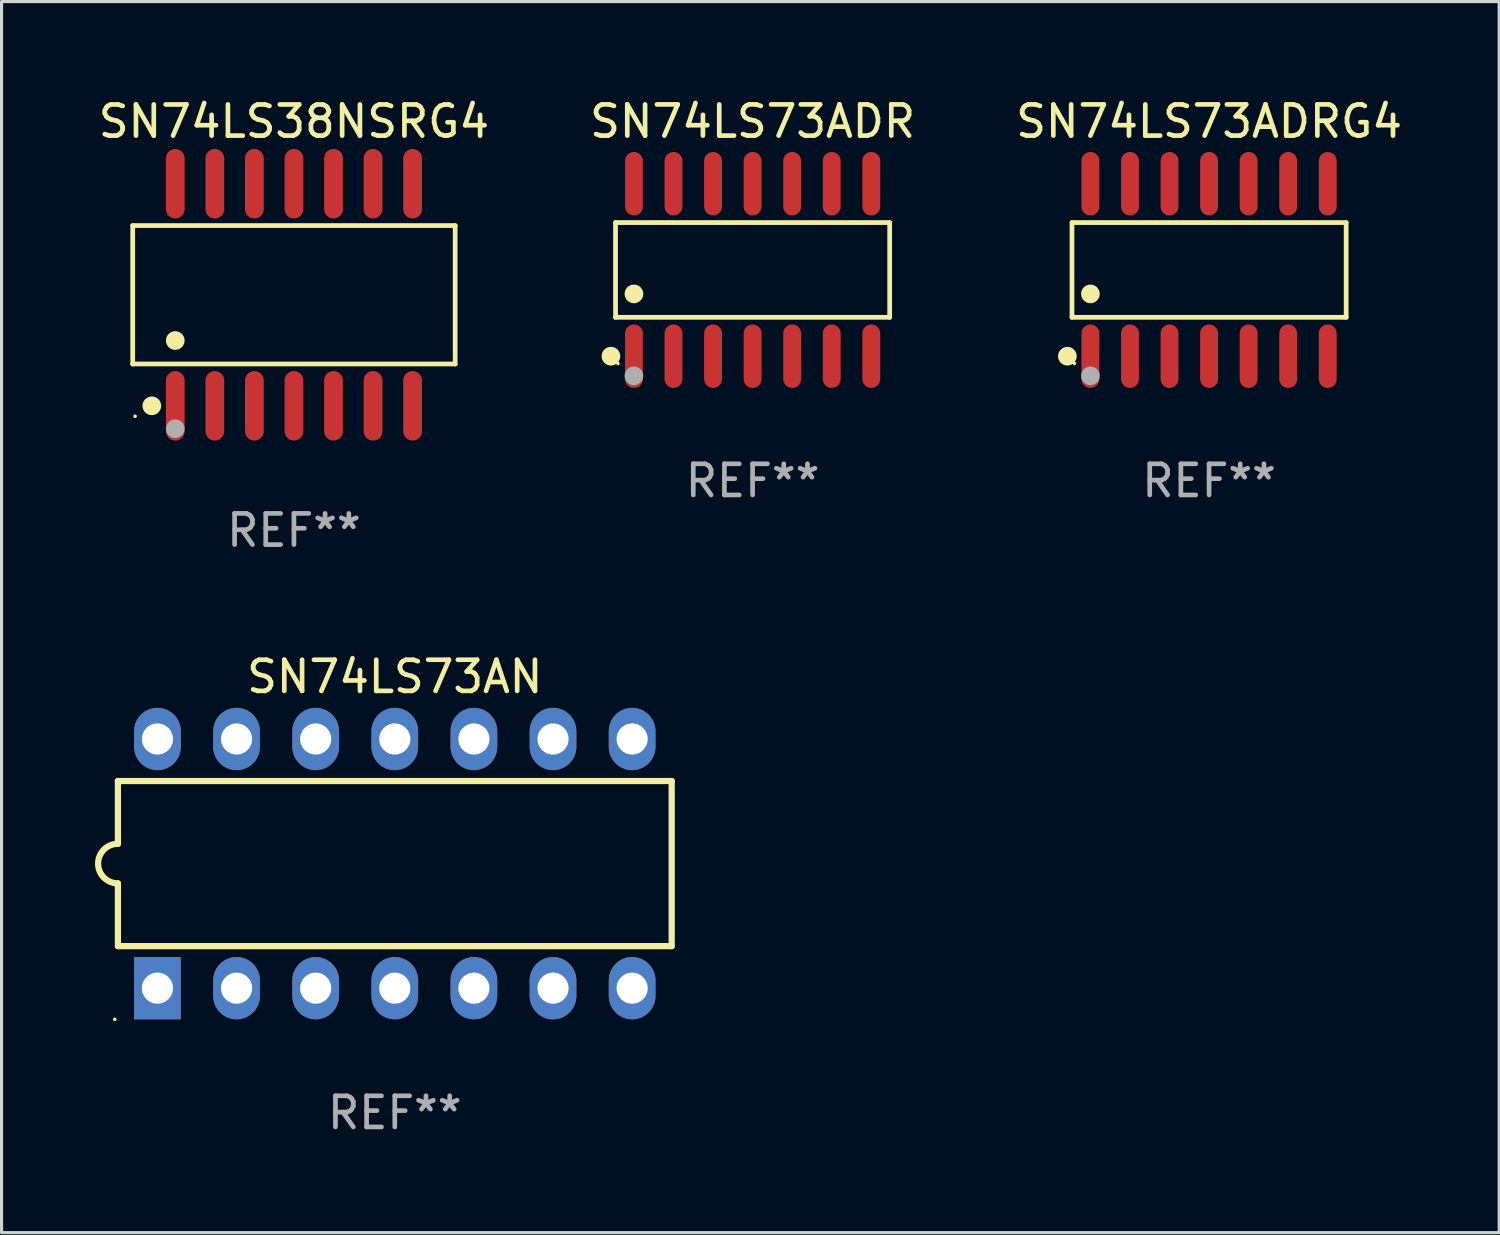
<source format=kicad_pcb>
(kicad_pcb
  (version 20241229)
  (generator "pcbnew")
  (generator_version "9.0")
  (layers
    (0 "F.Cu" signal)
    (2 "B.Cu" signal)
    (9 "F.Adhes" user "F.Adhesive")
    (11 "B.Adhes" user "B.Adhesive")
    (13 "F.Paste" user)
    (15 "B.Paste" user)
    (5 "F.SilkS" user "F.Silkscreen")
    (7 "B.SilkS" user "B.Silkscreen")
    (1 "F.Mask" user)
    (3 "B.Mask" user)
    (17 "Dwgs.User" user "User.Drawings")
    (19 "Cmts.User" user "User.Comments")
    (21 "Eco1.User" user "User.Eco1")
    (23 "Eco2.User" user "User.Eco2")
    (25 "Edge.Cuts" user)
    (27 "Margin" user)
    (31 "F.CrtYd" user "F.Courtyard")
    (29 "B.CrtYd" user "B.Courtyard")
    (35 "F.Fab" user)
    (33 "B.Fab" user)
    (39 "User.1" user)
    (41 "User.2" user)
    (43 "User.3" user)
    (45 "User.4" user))
  (footprint "SN74LS73ADR"
    (layer "F.Cu")
    (at 21.113 5.617)
    (property "Reference" "SN74LS73ADR" (at 0 -4.769 0) (layer "F.SilkS") (effects (font (size 1 1) (thickness 0.15))))
    (attr through_hole)
    (fp_line (start -4.401 -1.521) (end 4.401 -1.521) (stroke (width 0.152) (type solid)) (layer "F.SilkS"))
    (fp_line (start -4.401 1.521) (end -4.401 -1.521) (stroke (width 0.152) (type solid)) (layer "F.SilkS"))
    (fp_line (start 4.401 -1.521) (end 4.401 1.521) (stroke (width 0.152) (type solid)) (layer "F.SilkS"))
    (fp_line (start 4.401 1.521) (end -4.401 1.521) (stroke (width 0.152) (type solid)) (layer "F.SilkS"))
    (fp_circle (center -4.549 2.769) (end -4.399 2.769) (stroke (width 0.3) (type solid)) (fill no) (layer "F.SilkS"))
    (fp_circle (center -4.325 3) (end -4.295 3) (stroke (width 0.06) (type solid)) (fill no) (layer "F.SilkS"))
    (fp_circle (center -3.81 0.769) (end -3.66 0.769) (stroke (width 0.3) (type solid)) (fill no) (layer "F.SilkS"))
    (fp_circle (center -3.81 3.4) (end -3.66 3.4) (stroke (width 0.3) (type solid)) (fill no) (layer "F.Fab"))
    (fp_text user "REF**" (at 0 6.769 0) (layer "F.Fab") (effects (font (size 1 1) (thickness 0.15))))
    (pad "1" smd oval (at -3.81 2.769) (size 0.574 2.038) (layers "F.Cu" "F.Mask" "F.Paste"))
    (pad "2" smd oval (at -2.54 2.769) (size 0.574 2.038) (layers "F.Cu" "F.Mask" "F.Paste"))
    (pad "3" smd oval (at -1.27 2.769) (size 0.574 2.038) (layers "F.Cu" "F.Mask" "F.Paste"))
    (pad "4" smd oval (at 0 2.769) (size 0.574 2.038) (layers "F.Cu" "F.Mask" "F.Paste"))
    (pad "5" smd oval (at 1.27 2.769) (size 0.574 2.038) (layers "F.Cu" "F.Mask" "F.Paste"))
    (pad "6" smd oval (at 2.54 2.769) (size 0.574 2.038) (layers "F.Cu" "F.Mask" "F.Paste"))
    (pad "7" smd oval (at 3.81 2.769) (size 0.574 2.038) (layers "F.Cu" "F.Mask" "F.Paste"))
    (pad "8" smd oval (at 3.81 -2.769) (size 0.574 2.038) (layers "F.Cu" "F.Mask" "F.Paste"))
    (pad "9" smd oval (at 2.54 -2.769) (size 0.574 2.038) (layers "F.Cu" "F.Mask" "F.Paste"))
    (pad "10" smd oval (at 1.27 -2.769) (size 0.574 2.038) (layers "F.Cu" "F.Mask" "F.Paste"))
    (pad "11" smd oval (at 0 -2.769) (size 0.574 2.038) (layers "F.Cu" "F.Mask" "F.Paste"))
    (pad "12" smd oval (at -1.27 -2.769) (size 0.574 2.038) (layers "F.Cu" "F.Mask" "F.Paste"))
    (pad "13" smd oval (at -2.54 -2.769) (size 0.574 2.038) (layers "F.Cu" "F.Mask" "F.Paste"))
    (pad "14" smd oval (at -3.81 -2.769) (size 0.574 2.038) (layers "F.Cu" "F.Mask" "F.Paste")))
  (footprint "SN74LS38NSRG4"
    (layer "F.Cu")
    (at 6.387 6.414)
    (property "Reference" "SN74LS38NSRG4" (at 0 -5.565 0) (layer "F.SilkS") (effects (font (size 1 1) (thickness 0.15))))
    (attr through_hole)
    (fp_line (start -5.176 -2.221) (end 5.176 -2.221) (stroke (width 0.152) (type solid)) (layer "F.SilkS"))
    (fp_line (start -5.176 2.221) (end -5.176 -2.221) (stroke (width 0.152) (type solid)) (layer "F.SilkS"))
    (fp_line (start 5.176 -2.221) (end 5.176 2.221) (stroke (width 0.152) (type solid)) (layer "F.SilkS"))
    (fp_line (start 5.176 2.221) (end -5.176 2.221) (stroke (width 0.152) (type solid)) (layer "F.SilkS"))
    (fp_circle (center -5.1 3.9) (end -5.07 3.9) (stroke (width 0.06) (type solid)) (fill no) (layer "F.SilkS"))
    (fp_circle (center -4.563 3.565) (end -4.413 3.565) (stroke (width 0.3) (type solid)) (fill no) (layer "F.SilkS"))
    (fp_circle (center -3.81 1.469) (end -3.66 1.469) (stroke (width 0.3) (type solid)) (fill no) (layer "F.SilkS"))
    (fp_circle (center -3.81 4.3) (end -3.66 4.3) (stroke (width 0.3) (type solid)) (fill no) (layer "F.Fab"))
    (fp_text user "REF**" (at 0 7.565 0) (layer "F.Fab") (effects (font (size 1 1) (thickness 0.15))))
    (pad "1" smd oval (at -3.81 3.565) (size 0.602 2.231) (layers "F.Cu" "F.Mask" "F.Paste"))
    (pad "2" smd oval (at -2.54 3.565) (size 0.602 2.231) (layers "F.Cu" "F.Mask" "F.Paste"))
    (pad "3" smd oval (at -1.27 3.565) (size 0.602 2.231) (layers "F.Cu" "F.Mask" "F.Paste"))
    (pad "4" smd oval (at 0 3.565) (size 0.602 2.231) (layers "F.Cu" "F.Mask" "F.Paste"))
    (pad "5" smd oval (at 1.27 3.565) (size 0.602 2.231) (layers "F.Cu" "F.Mask" "F.Paste"))
    (pad "6" smd oval (at 2.54 3.565) (size 0.602 2.231) (layers "F.Cu" "F.Mask" "F.Paste"))
    (pad "7" smd oval (at 3.81 3.565) (size 0.602 2.231) (layers "F.Cu" "F.Mask" "F.Paste"))
    (pad "8" smd oval (at 3.81 -3.565) (size 0.602 2.231) (layers "F.Cu" "F.Mask" "F.Paste"))
    (pad "9" smd oval (at 2.54 -3.565) (size 0.602 2.231) (layers "F.Cu" "F.Mask" "F.Paste"))
    (pad "10" smd oval (at 1.27 -3.565) (size 0.602 2.231) (layers "F.Cu" "F.Mask" "F.Paste"))
    (pad "11" smd oval (at 0 -3.565) (size 0.602 2.231) (layers "F.Cu" "F.Mask" "F.Paste"))
    (pad "12" smd oval (at -1.27 -3.565) (size 0.602 2.231) (layers "F.Cu" "F.Mask" "F.Paste"))
    (pad "13" smd oval (at -2.54 -3.565) (size 0.602 2.231) (layers "F.Cu" "F.Mask" "F.Paste"))
    (pad "14" smd oval (at -3.81 -3.565) (size 0.602 2.231) (layers "F.Cu" "F.Mask" "F.Paste")))
  (footprint "SN74LS73ADRG4"
    (layer "F.Cu")
    (at 35.768 5.617)
    (property "Reference" "SN74LS73ADRG4" (at 0 -4.769 0) (layer "F.SilkS") (effects (font (size 1 1) (thickness 0.15))))
    (attr through_hole)
    (fp_line (start -4.401 -1.521) (end 4.401 -1.521) (stroke (width 0.152) (type solid)) (layer "F.SilkS"))
    (fp_line (start -4.401 1.521) (end -4.401 -1.521) (stroke (width 0.152) (type solid)) (layer "F.SilkS"))
    (fp_line (start 4.401 -1.521) (end 4.401 1.521) (stroke (width 0.152) (type solid)) (layer "F.SilkS"))
    (fp_line (start 4.401 1.521) (end -4.401 1.521) (stroke (width 0.152) (type solid)) (layer "F.SilkS"))
    (fp_circle (center -4.549 2.769) (end -4.399 2.769) (stroke (width 0.3) (type solid)) (fill no) (layer "F.SilkS"))
    (fp_circle (center -4.325 3) (end -4.295 3) (stroke (width 0.06) (type solid)) (fill no) (layer "F.SilkS"))
    (fp_circle (center -3.81 0.769) (end -3.66 0.769) (stroke (width 0.3) (type solid)) (fill no) (layer "F.SilkS"))
    (fp_circle (center -3.81 3.4) (end -3.66 3.4) (stroke (width 0.3) (type solid)) (fill no) (layer "F.Fab"))
    (fp_text user "REF**" (at 0 6.769 0) (layer "F.Fab") (effects (font (size 1 1) (thickness 0.15))))
    (pad "1" smd oval (at -3.81 2.769) (size 0.574 2.038) (layers "F.Cu" "F.Mask" "F.Paste"))
    (pad "2" smd oval (at -2.54 2.769) (size 0.574 2.038) (layers "F.Cu" "F.Mask" "F.Paste"))
    (pad "3" smd oval (at -1.27 2.769) (size 0.574 2.038) (layers "F.Cu" "F.Mask" "F.Paste"))
    (pad "4" smd oval (at 0 2.769) (size 0.574 2.038) (layers "F.Cu" "F.Mask" "F.Paste"))
    (pad "5" smd oval (at 1.27 2.769) (size 0.574 2.038) (layers "F.Cu" "F.Mask" "F.Paste"))
    (pad "6" smd oval (at 2.54 2.769) (size 0.574 2.038) (layers "F.Cu" "F.Mask" "F.Paste"))
    (pad "7" smd oval (at 3.81 2.769) (size 0.574 2.038) (layers "F.Cu" "F.Mask" "F.Paste"))
    (pad "8" smd oval (at 3.81 -2.769) (size 0.574 2.038) (layers "F.Cu" "F.Mask" "F.Paste"))
    (pad "9" smd oval (at 2.54 -2.769) (size 0.574 2.038) (layers "F.Cu" "F.Mask" "F.Paste"))
    (pad "10" smd oval (at 1.27 -2.769) (size 0.574 2.038) (layers "F.Cu" "F.Mask" "F.Paste"))
    (pad "11" smd oval (at 0 -2.769) (size 0.574 2.038) (layers "F.Cu" "F.Mask" "F.Paste"))
    (pad "12" smd oval (at -1.27 -2.769) (size 0.574 2.038) (layers "F.Cu" "F.Mask" "F.Paste"))
    (pad "13" smd oval (at -2.54 -2.769) (size 0.574 2.038) (layers "F.Cu" "F.Mask" "F.Paste"))
    (pad "14" smd oval (at -3.81 -2.769) (size 0.574 2.038) (layers "F.Cu" "F.Mask" "F.Paste")))
  (footprint "SN74LS73AN"
    (layer "F.Cu")
    (at 9.625 24.676)
    (property "Reference" "SN74LS73AN" (at 0 -6 0) (layer "F.SilkS") (effects (font (size 1 1) (thickness 0.15))))
    (attr through_hole)
    (fp_line (start -8.89 -2.65) (end -8.89 -0.635) (stroke (width 0.2) (type solid)) (layer "F.SilkS"))
    (fp_line (start -8.89 0.635) (end -8.89 2.65) (stroke (width 0.2) (type solid)) (layer "F.SilkS"))
    (fp_line (start -8.89 2.65) (end 8.89 2.65) (stroke (width 0.2) (type solid)) (layer "F.SilkS"))
    (fp_line (start 8.89 -2.65) (end -8.89 -2.65) (stroke (width 0.2) (type solid)) (layer "F.SilkS"))
    (fp_line (start 8.89 2.65) (end 8.89 -2.65) (stroke (width 0.2) (type solid)) (layer "F.SilkS"))
    (fp_arc (start -8.890018 0.635001) (mid -9.525019 0) (end -8.890018 -0.635001) (stroke (width 0.2) (type solid)) (layer "F.SilkS"))
    (fp_circle (center -8.99 5) (end -8.96 5) (stroke (width 0.06) (type solid)) (fill no) (layer "F.SilkS"))
    (fp_text user "REF**" (at 0 8 0) (layer "F.Fab") (effects (font (size 1 1) (thickness 0.15))))
    (pad "1" thru_hole rect (at -7.62 4 90) (size 2 1.5) (drill 1) (layers "*.Cu" "*.Mask"))
    (pad "2" thru_hole oval (at -5.08 4 90) (size 2 1.5) (drill 1) (layers "*.Cu" "*.Mask"))
    (pad "3" thru_hole oval (at -2.54 4 90) (size 2 1.5) (drill 1) (layers "*.Cu" "*.Mask"))
    (pad "4" thru_hole oval (at 0 4 90) (size 2 1.5) (drill 1) (layers "*.Cu" "*.Mask"))
    (pad "5" thru_hole oval (at 2.54 4 90) (size 2 1.5) (drill 1) (layers "*.Cu" "*.Mask"))
    (pad "6" thru_hole oval (at 5.08 4 90) (size 2 1.5) (drill 1) (layers "*.Cu" "*.Mask"))
    (pad "7" thru_hole oval (at 7.62 4 90) (size 2 1.5) (drill 1) (layers "*.Cu" "*.Mask"))
    (pad "8" thru_hole oval (at 7.62 -4 90) (size 2 1.5) (drill 1) (layers "*.Cu" "*.Mask"))
    (pad "9" thru_hole oval (at 5.08 -4 90) (size 2 1.5) (drill 1) (layers "*.Cu" "*.Mask"))
    (pad "10" thru_hole oval (at 2.54 -4 90) (size 2 1.5) (drill 1) (layers "*.Cu" "*.Mask"))
    (pad "11" thru_hole oval (at 0 -4 90) (size 2 1.5) (drill 1) (layers "*.Cu" "*.Mask"))
    (pad "12" thru_hole oval (at -2.54 -4 90) (size 2 1.5) (drill 1) (layers "*.Cu" "*.Mask"))
    (pad "13" thru_hole oval (at -5.08 -4 90) (size 2 1.5) (drill 1) (layers "*.Cu" "*.Mask"))
    (pad "14" thru_hole oval (at -7.62 -4 90) (size 2 1.5) (drill 1) (layers "*.Cu" "*.Mask")))
  (gr_rect
    (start -3 -3)
    (end 45.083 36.524)
    (stroke (width 0.1) (type default))
    (fill no)
    (layer "Edge.Cuts")))
</source>
